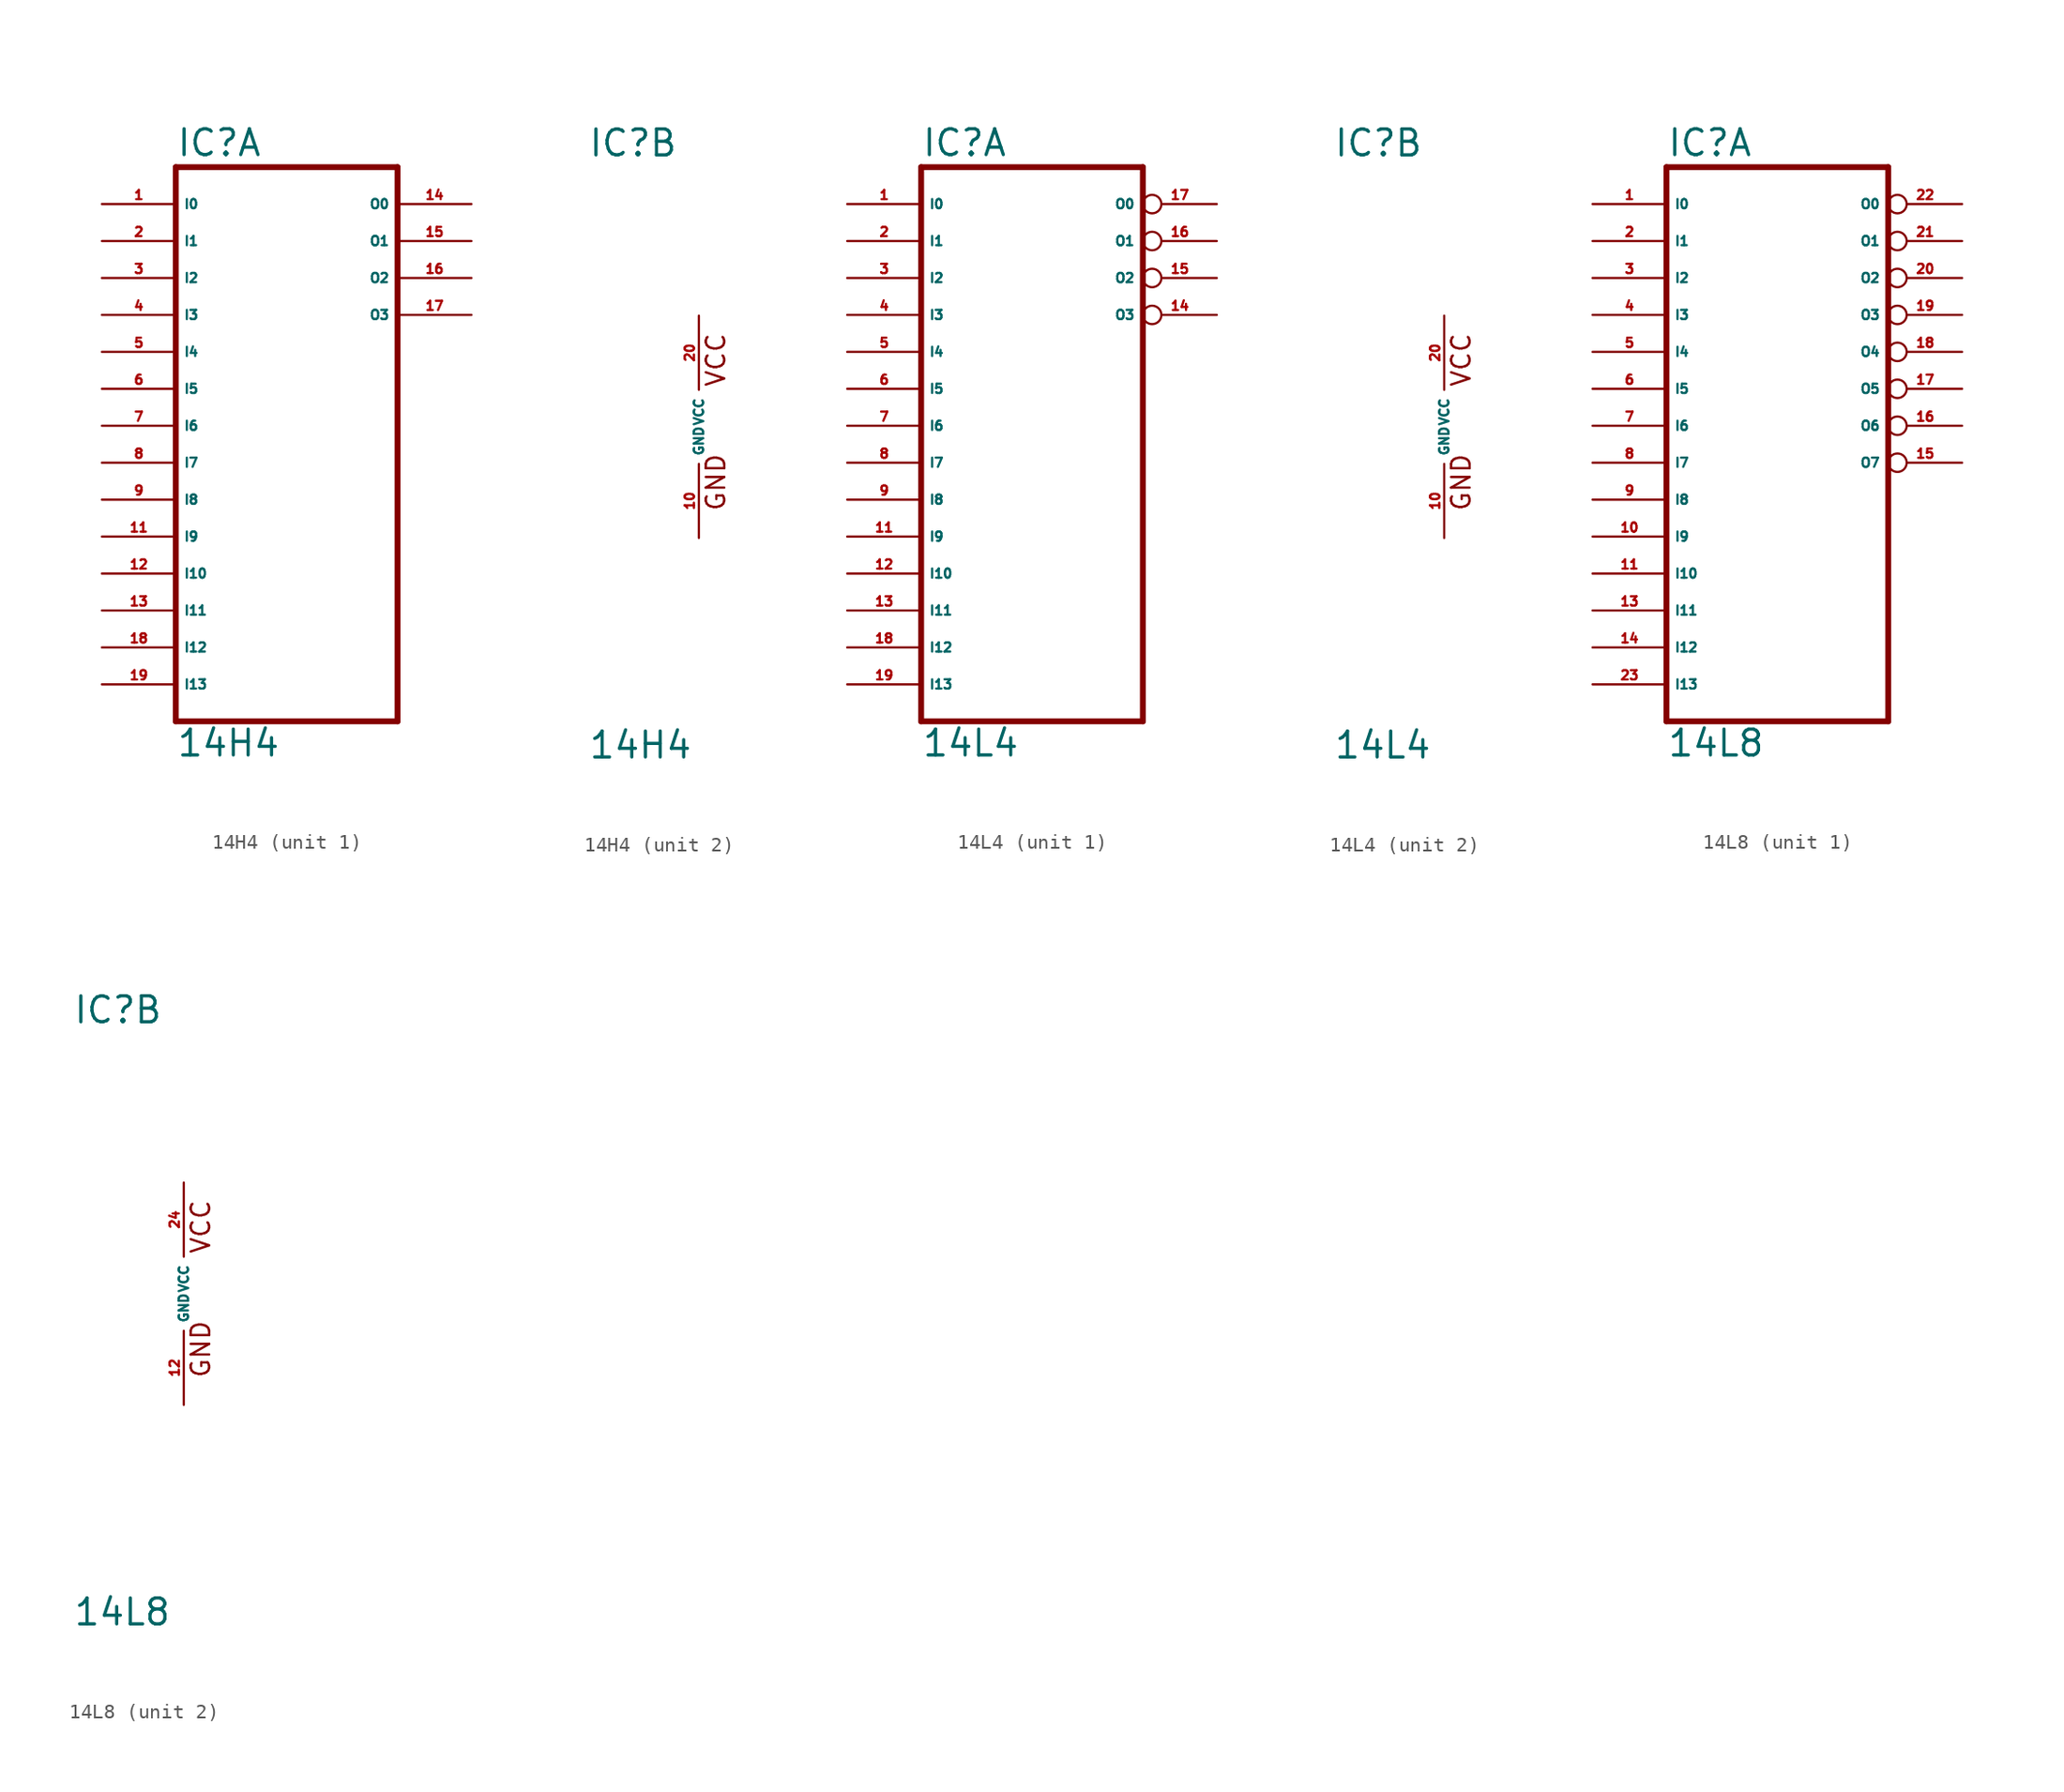
<source format=kicad_sym>
(kicad_symbol_lib
  (version 20220914)
  (generator Eagle2Kicad)
  (symbol "14H4"
    (property "Reference" "IC"
      (at -7.62 18.415 0)
      (effects (font (size 1.778 1.778) (thickness 0.22)) (justify left bottom)))
    (property "Value" "14H4"
      (at -7.62 -22.86 0)
      (effects (font (size 1.778 1.778) (thickness 0.22)) (justify left bottom)))
    (symbol "14H4_1_0"
      (polyline (pts (xy -7.62 17.78) (xy 7.62 17.78)) (stroke (width 0.406) (type default)) (fill (type none)))
      (polyline (pts (xy 7.62 -20.32) (xy 7.62 17.78)) (stroke (width 0.406) (type default)) (fill (type none)))
      (polyline (pts (xy 7.62 -20.32) (xy -7.62 -20.32)) (stroke (width 0.406) (type default)) (fill (type none)))
      (polyline (pts (xy -7.62 17.78) (xy -7.62 -20.32)) (stroke (width 0.406) (type default)) (fill (type none)))
      (pin input line (at -12.7 15.24 0) (length 5.08) (name "I0" (effects (font (size 0.635 0.635) (thickness 0.08)) (justify left bottom))) (number "1" (effects (font (size 0.635 0.635) (thickness 0.08)) (justify left bottom))))
      (pin input line (at -12.7 12.7 0) (length 5.08) (name "I1" (effects (font (size 0.635 0.635) (thickness 0.08)) (justify left bottom))) (number "2" (effects (font (size 0.635 0.635) (thickness 0.08)) (justify left bottom))))
      (pin input line (at -12.7 10.16 0) (length 5.08) (name "I2" (effects (font (size 0.635 0.635) (thickness 0.08)) (justify left bottom))) (number "3" (effects (font (size 0.635 0.635) (thickness 0.08)) (justify left bottom))))
      (pin input line (at -12.7 7.62 0) (length 5.08) (name "I3" (effects (font (size 0.635 0.635) (thickness 0.08)) (justify left bottom))) (number "4" (effects (font (size 0.635 0.635) (thickness 0.08)) (justify left bottom))))
      (pin input line (at -12.7 5.08 0) (length 5.08) (name "I4" (effects (font (size 0.635 0.635) (thickness 0.08)) (justify left bottom))) (number "5" (effects (font (size 0.635 0.635) (thickness 0.08)) (justify left bottom))))
      (pin input line (at -12.7 2.54 0) (length 5.08) (name "I5" (effects (font (size 0.635 0.635) (thickness 0.08)) (justify left bottom))) (number "6" (effects (font (size 0.635 0.635) (thickness 0.08)) (justify left bottom))))
      (pin input line (at -12.7 0 0) (length 5.08) (name "I6" (effects (font (size 0.635 0.635) (thickness 0.08)) (justify left bottom))) (number "7" (effects (font (size 0.635 0.635) (thickness 0.08)) (justify left bottom))))
      (pin input line (at -12.7 -2.54 0) (length 5.08) (name "I7" (effects (font (size 0.635 0.635) (thickness 0.08)) (justify left bottom))) (number "8" (effects (font (size 0.635 0.635) (thickness 0.08)) (justify left bottom))))
      (pin input line (at -12.7 -5.08 0) (length 5.08) (name "I8" (effects (font (size 0.635 0.635) (thickness 0.08)) (justify left bottom))) (number "9" (effects (font (size 0.635 0.635) (thickness 0.08)) (justify left bottom))))
      (pin input line (at -12.7 -7.62 0) (length 5.08) (name "I9" (effects (font (size 0.635 0.635) (thickness 0.08)) (justify left bottom))) (number "11" (effects (font (size 0.635 0.635) (thickness 0.08)) (justify left bottom))))
      (pin input line (at -12.7 -10.16 0) (length 5.08) (name "I10" (effects (font (size 0.635 0.635) (thickness 0.08)) (justify left bottom))) (number "12" (effects (font (size 0.635 0.635) (thickness 0.08)) (justify left bottom))))
      (pin input line (at -12.7 -12.7 0) (length 5.08) (name "I11" (effects (font (size 0.635 0.635) (thickness 0.08)) (justify left bottom))) (number "13" (effects (font (size 0.635 0.635) (thickness 0.08)) (justify left bottom))))
      (pin input line (at -12.7 -15.24 0) (length 5.08) (name "I12" (effects (font (size 0.635 0.635) (thickness 0.08)) (justify left bottom))) (number "18" (effects (font (size 0.635 0.635) (thickness 0.08)) (justify left bottom))))
      (pin input line (at -12.7 -17.78 0) (length 5.08) (name "I13" (effects (font (size 0.635 0.635) (thickness 0.08)) (justify left bottom))) (number "19" (effects (font (size 0.635 0.635) (thickness 0.08)) (justify left bottom))))
      (pin output line (at 12.7 15.24 180) (length 5.08) (name "O0" (effects (font (size 0.635 0.635) (thickness 0.08)) (justify left bottom))) (number "14" (effects (font (size 0.635 0.635) (thickness 0.08)) (justify left bottom))))
      (pin output line (at 12.7 12.7 180) (length 5.08) (name "O1" (effects (font (size 0.635 0.635) (thickness 0.08)) (justify left bottom))) (number "15" (effects (font (size 0.635 0.635) (thickness 0.08)) (justify left bottom))))
      (pin output line (at 12.7 10.16 180) (length 5.08) (name "O2" (effects (font (size 0.635 0.635) (thickness 0.08)) (justify left bottom))) (number "16" (effects (font (size 0.635 0.635) (thickness 0.08)) (justify left bottom))))
      (pin output line (at 12.7 7.62 180) (length 5.08) (name "O3" (effects (font (size 0.635 0.635) (thickness 0.08)) (justify left bottom))) (number "17" (effects (font (size 0.635 0.635) (thickness 0.08)) (justify left bottom)))))
    (symbol "14H4_2_0"
      (text "GND" (at 1.905 -5.842 900) (effects (font (size 1.27 1.27) (thickness 0.16)) (justify left bottom)))
      (text "VCC" (at 1.905 2.667 900) (effects (font (size 1.27 1.27) (thickness 0.16)) (justify left bottom)))
      (pin unspecified line (at 0 -7.62 90) (length 5.08) (name "GND" (effects (font (size 0.635 0.635) (thickness 0.08)) (justify left bottom))) (number "10" (effects (font (size 0.635 0.635) (thickness 0.08)) (justify left bottom))))
      (pin unspecified line (at 0 7.62 270) (length 5.08) (name "VCC" (effects (font (size 0.635 0.635) (thickness 0.08)) (justify left bottom))) (number "20" (effects (font (size 0.635 0.635) (thickness 0.08)) (justify left bottom))))))
  (symbol "14L4"
    (property "Reference" "IC"
      (at -7.62 18.415 0)
      (effects (font (size 1.778 1.778) (thickness 0.22)) (justify left bottom)))
    (property "Value" "14L4"
      (at -7.62 -22.86 0)
      (effects (font (size 1.778 1.778) (thickness 0.22)) (justify left bottom)))
    (symbol "14L4_1_0"
      (polyline (pts (xy -7.62 -20.32) (xy 7.62 -20.32)) (stroke (width 0.406) (type default)) (fill (type none)))
      (polyline (pts (xy 7.62 -20.32) (xy 7.62 17.78)) (stroke (width 0.406) (type default)) (fill (type none)))
      (polyline (pts (xy 7.62 17.78) (xy -7.62 17.78)) (stroke (width 0.406) (type default)) (fill (type none)))
      (polyline (pts (xy -7.62 17.78) (xy -7.62 -20.32)) (stroke (width 0.406) (type default)) (fill (type none)))
      (pin input line (at -12.7 15.24 0) (length 5.08) (name "I0" (effects (font (size 0.635 0.635) (thickness 0.08)) (justify left bottom))) (number "1" (effects (font (size 0.635 0.635) (thickness 0.08)) (justify left bottom))))
      (pin input line (at -12.7 12.7 0) (length 5.08) (name "I1" (effects (font (size 0.635 0.635) (thickness 0.08)) (justify left bottom))) (number "2" (effects (font (size 0.635 0.635) (thickness 0.08)) (justify left bottom))))
      (pin input line (at -12.7 10.16 0) (length 5.08) (name "I2" (effects (font (size 0.635 0.635) (thickness 0.08)) (justify left bottom))) (number "3" (effects (font (size 0.635 0.635) (thickness 0.08)) (justify left bottom))))
      (pin input line (at -12.7 7.62 0) (length 5.08) (name "I3" (effects (font (size 0.635 0.635) (thickness 0.08)) (justify left bottom))) (number "4" (effects (font (size 0.635 0.635) (thickness 0.08)) (justify left bottom))))
      (pin input line (at -12.7 5.08 0) (length 5.08) (name "I4" (effects (font (size 0.635 0.635) (thickness 0.08)) (justify left bottom))) (number "5" (effects (font (size 0.635 0.635) (thickness 0.08)) (justify left bottom))))
      (pin input line (at -12.7 2.54 0) (length 5.08) (name "I5" (effects (font (size 0.635 0.635) (thickness 0.08)) (justify left bottom))) (number "6" (effects (font (size 0.635 0.635) (thickness 0.08)) (justify left bottom))))
      (pin input line (at -12.7 0 0) (length 5.08) (name "I6" (effects (font (size 0.635 0.635) (thickness 0.08)) (justify left bottom))) (number "7" (effects (font (size 0.635 0.635) (thickness 0.08)) (justify left bottom))))
      (pin input line (at -12.7 -2.54 0) (length 5.08) (name "I7" (effects (font (size 0.635 0.635) (thickness 0.08)) (justify left bottom))) (number "8" (effects (font (size 0.635 0.635) (thickness 0.08)) (justify left bottom))))
      (pin input line (at -12.7 -5.08 0) (length 5.08) (name "I8" (effects (font (size 0.635 0.635) (thickness 0.08)) (justify left bottom))) (number "9" (effects (font (size 0.635 0.635) (thickness 0.08)) (justify left bottom))))
      (pin input line (at -12.7 -7.62 0) (length 5.08) (name "I9" (effects (font (size 0.635 0.635) (thickness 0.08)) (justify left bottom))) (number "11" (effects (font (size 0.635 0.635) (thickness 0.08)) (justify left bottom))))
      (pin input line (at -12.7 -10.16 0) (length 5.08) (name "I10" (effects (font (size 0.635 0.635) (thickness 0.08)) (justify left bottom))) (number "12" (effects (font (size 0.635 0.635) (thickness 0.08)) (justify left bottom))))
      (pin input line (at -12.7 -12.7 0) (length 5.08) (name "I11" (effects (font (size 0.635 0.635) (thickness 0.08)) (justify left bottom))) (number "13" (effects (font (size 0.635 0.635) (thickness 0.08)) (justify left bottom))))
      (pin output inverted (at 12.7 7.62 180) (length 5.08) (name "O3" (effects (font (size 0.635 0.635) (thickness 0.08)) (justify left bottom))) (number "14" (effects (font (size 0.635 0.635) (thickness 0.08)) (justify left bottom))))
      (pin output inverted (at 12.7 10.16 180) (length 5.08) (name "O2" (effects (font (size 0.635 0.635) (thickness 0.08)) (justify left bottom))) (number "15" (effects (font (size 0.635 0.635) (thickness 0.08)) (justify left bottom))))
      (pin output inverted (at 12.7 12.7 180) (length 5.08) (name "O1" (effects (font (size 0.635 0.635) (thickness 0.08)) (justify left bottom))) (number "16" (effects (font (size 0.635 0.635) (thickness 0.08)) (justify left bottom))))
      (pin output inverted (at 12.7 15.24 180) (length 5.08) (name "O0" (effects (font (size 0.635 0.635) (thickness 0.08)) (justify left bottom))) (number "17" (effects (font (size 0.635 0.635) (thickness 0.08)) (justify left bottom))))
      (pin input line (at -12.7 -15.24 0) (length 5.08) (name "I12" (effects (font (size 0.635 0.635) (thickness 0.08)) (justify left bottom))) (number "18" (effects (font (size 0.635 0.635) (thickness 0.08)) (justify left bottom))))
      (pin input line (at -12.7 -17.78 0) (length 5.08) (name "I13" (effects (font (size 0.635 0.635) (thickness 0.08)) (justify left bottom))) (number "19" (effects (font (size 0.635 0.635) (thickness 0.08)) (justify left bottom)))))
    (symbol "14L4_2_0"
      (text "GND" (at 1.905 -5.842 900) (effects (font (size 1.27 1.27) (thickness 0.16)) (justify left bottom)))
      (text "VCC" (at 1.905 2.667 900) (effects (font (size 1.27 1.27) (thickness 0.16)) (justify left bottom)))
      (pin unspecified line (at 0 -7.62 90) (length 5.08) (name "GND" (effects (font (size 0.635 0.635) (thickness 0.08)) (justify left bottom))) (number "10" (effects (font (size 0.635 0.635) (thickness 0.08)) (justify left bottom))))
      (pin unspecified line (at 0 7.62 270) (length 5.08) (name "VCC" (effects (font (size 0.635 0.635) (thickness 0.08)) (justify left bottom))) (number "20" (effects (font (size 0.635 0.635) (thickness 0.08)) (justify left bottom))))))
  (symbol "14L8"
    (property "Reference" "IC"
      (at -7.62 18.415 0)
      (effects (font (size 1.778 1.778) (thickness 0.22)) (justify left bottom)))
    (property "Value" "14L8"
      (at -7.62 -22.86 0)
      (effects (font (size 1.778 1.778) (thickness 0.22)) (justify left bottom)))
    (symbol "14L8_1_0"
      (polyline (pts (xy -7.62 -20.32) (xy 7.62 -20.32)) (stroke (width 0.406) (type default)) (fill (type none)))
      (polyline (pts (xy 7.62 -20.32) (xy 7.62 17.78)) (stroke (width 0.406) (type default)) (fill (type none)))
      (polyline (pts (xy 7.62 17.78) (xy -7.62 17.78)) (stroke (width 0.406) (type default)) (fill (type none)))
      (polyline (pts (xy -7.62 17.78) (xy -7.62 -20.32)) (stroke (width 0.406) (type default)) (fill (type none)))
      (pin input line (at -12.7 15.24 0) (length 5.08) (name "I0" (effects (font (size 0.635 0.635) (thickness 0.08)) (justify left bottom))) (number "1" (effects (font (size 0.635 0.635) (thickness 0.08)) (justify left bottom))))
      (pin input line (at -12.7 12.7 0) (length 5.08) (name "I1" (effects (font (size 0.635 0.635) (thickness 0.08)) (justify left bottom))) (number "2" (effects (font (size 0.635 0.635) (thickness 0.08)) (justify left bottom))))
      (pin input line (at -12.7 10.16 0) (length 5.08) (name "I2" (effects (font (size 0.635 0.635) (thickness 0.08)) (justify left bottom))) (number "3" (effects (font (size 0.635 0.635) (thickness 0.08)) (justify left bottom))))
      (pin input line (at -12.7 7.62 0) (length 5.08) (name "I3" (effects (font (size 0.635 0.635) (thickness 0.08)) (justify left bottom))) (number "4" (effects (font (size 0.635 0.635) (thickness 0.08)) (justify left bottom))))
      (pin input line (at -12.7 5.08 0) (length 5.08) (name "I4" (effects (font (size 0.635 0.635) (thickness 0.08)) (justify left bottom))) (number "5" (effects (font (size 0.635 0.635) (thickness 0.08)) (justify left bottom))))
      (pin input line (at -12.7 2.54 0) (length 5.08) (name "I5" (effects (font (size 0.635 0.635) (thickness 0.08)) (justify left bottom))) (number "6" (effects (font (size 0.635 0.635) (thickness 0.08)) (justify left bottom))))
      (pin input line (at -12.7 0 0) (length 5.08) (name "I6" (effects (font (size 0.635 0.635) (thickness 0.08)) (justify left bottom))) (number "7" (effects (font (size 0.635 0.635) (thickness 0.08)) (justify left bottom))))
      (pin input line (at -12.7 -2.54 0) (length 5.08) (name "I7" (effects (font (size 0.635 0.635) (thickness 0.08)) (justify left bottom))) (number "8" (effects (font (size 0.635 0.635) (thickness 0.08)) (justify left bottom))))
      (pin input line (at -12.7 -5.08 0) (length 5.08) (name "I8" (effects (font (size 0.635 0.635) (thickness 0.08)) (justify left bottom))) (number "9" (effects (font (size 0.635 0.635) (thickness 0.08)) (justify left bottom))))
      (pin input line (at -12.7 -7.62 0) (length 5.08) (name "I9" (effects (font (size 0.635 0.635) (thickness 0.08)) (justify left bottom))) (number "10" (effects (font (size 0.635 0.635) (thickness 0.08)) (justify left bottom))))
      (pin input line (at -12.7 -10.16 0) (length 5.08) (name "I10" (effects (font (size 0.635 0.635) (thickness 0.08)) (justify left bottom))) (number "11" (effects (font (size 0.635 0.635) (thickness 0.08)) (justify left bottom))))
      (pin input line (at -12.7 -12.7 0) (length 5.08) (name "I11" (effects (font (size 0.635 0.635) (thickness 0.08)) (justify left bottom))) (number "13" (effects (font (size 0.635 0.635) (thickness 0.08)) (justify left bottom))))
      (pin input line (at -12.7 -15.24 0) (length 5.08) (name "I12" (effects (font (size 0.635 0.635) (thickness 0.08)) (justify left bottom))) (number "14" (effects (font (size 0.635 0.635) (thickness 0.08)) (justify left bottom))))
      (pin output inverted (at 12.7 -2.54 180) (length 5.08) (name "O7" (effects (font (size 0.635 0.635) (thickness 0.08)) (justify left bottom))) (number "15" (effects (font (size 0.635 0.635) (thickness 0.08)) (justify left bottom))))
      (pin output inverted (at 12.7 0 180) (length 5.08) (name "O6" (effects (font (size 0.635 0.635) (thickness 0.08)) (justify left bottom))) (number "16" (effects (font (size 0.635 0.635) (thickness 0.08)) (justify left bottom))))
      (pin output inverted (at 12.7 2.54 180) (length 5.08) (name "O5" (effects (font (size 0.635 0.635) (thickness 0.08)) (justify left bottom))) (number "17" (effects (font (size 0.635 0.635) (thickness 0.08)) (justify left bottom))))
      (pin output inverted (at 12.7 5.08 180) (length 5.08) (name "O4" (effects (font (size 0.635 0.635) (thickness 0.08)) (justify left bottom))) (number "18" (effects (font (size 0.635 0.635) (thickness 0.08)) (justify left bottom))))
      (pin output inverted (at 12.7 7.62 180) (length 5.08) (name "O3" (effects (font (size 0.635 0.635) (thickness 0.08)) (justify left bottom))) (number "19" (effects (font (size 0.635 0.635) (thickness 0.08)) (justify left bottom))))
      (pin output inverted (at 12.7 10.16 180) (length 5.08) (name "O2" (effects (font (size 0.635 0.635) (thickness 0.08)) (justify left bottom))) (number "20" (effects (font (size 0.635 0.635) (thickness 0.08)) (justify left bottom))))
      (pin output inverted (at 12.7 12.7 180) (length 5.08) (name "O1" (effects (font (size 0.635 0.635) (thickness 0.08)) (justify left bottom))) (number "21" (effects (font (size 0.635 0.635) (thickness 0.08)) (justify left bottom))))
      (pin output inverted (at 12.7 15.24 180) (length 5.08) (name "O0" (effects (font (size 0.635 0.635) (thickness 0.08)) (justify left bottom))) (number "22" (effects (font (size 0.635 0.635) (thickness 0.08)) (justify left bottom))))
      (pin input line (at -12.7 -17.78 0) (length 5.08) (name "I13" (effects (font (size 0.635 0.635) (thickness 0.08)) (justify left bottom))) (number "23" (effects (font (size 0.635 0.635) (thickness 0.08)) (justify left bottom)))))
    (symbol "14L8_2_0"
      (text "GND" (at 1.905 -5.842 900) (effects (font (size 1.27 1.27) (thickness 0.16)) (justify left bottom)))
      (text "VCC" (at 1.905 2.667 900) (effects (font (size 1.27 1.27) (thickness 0.16)) (justify left bottom)))
      (pin unspecified line (at 0 -7.62 90) (length 5.08) (name "GND" (effects (font (size 0.635 0.635) (thickness 0.08)) (justify left bottom))) (number "12" (effects (font (size 0.635 0.635) (thickness 0.08)) (justify left bottom))))
      (pin unspecified line (at 0 7.62 270) (length 5.08) (name "VCC" (effects (font (size 0.635 0.635) (thickness 0.08)) (justify left bottom))) (number "24" (effects (font (size 0.635 0.635) (thickness 0.08)) (justify left bottom)))))))
</source>
